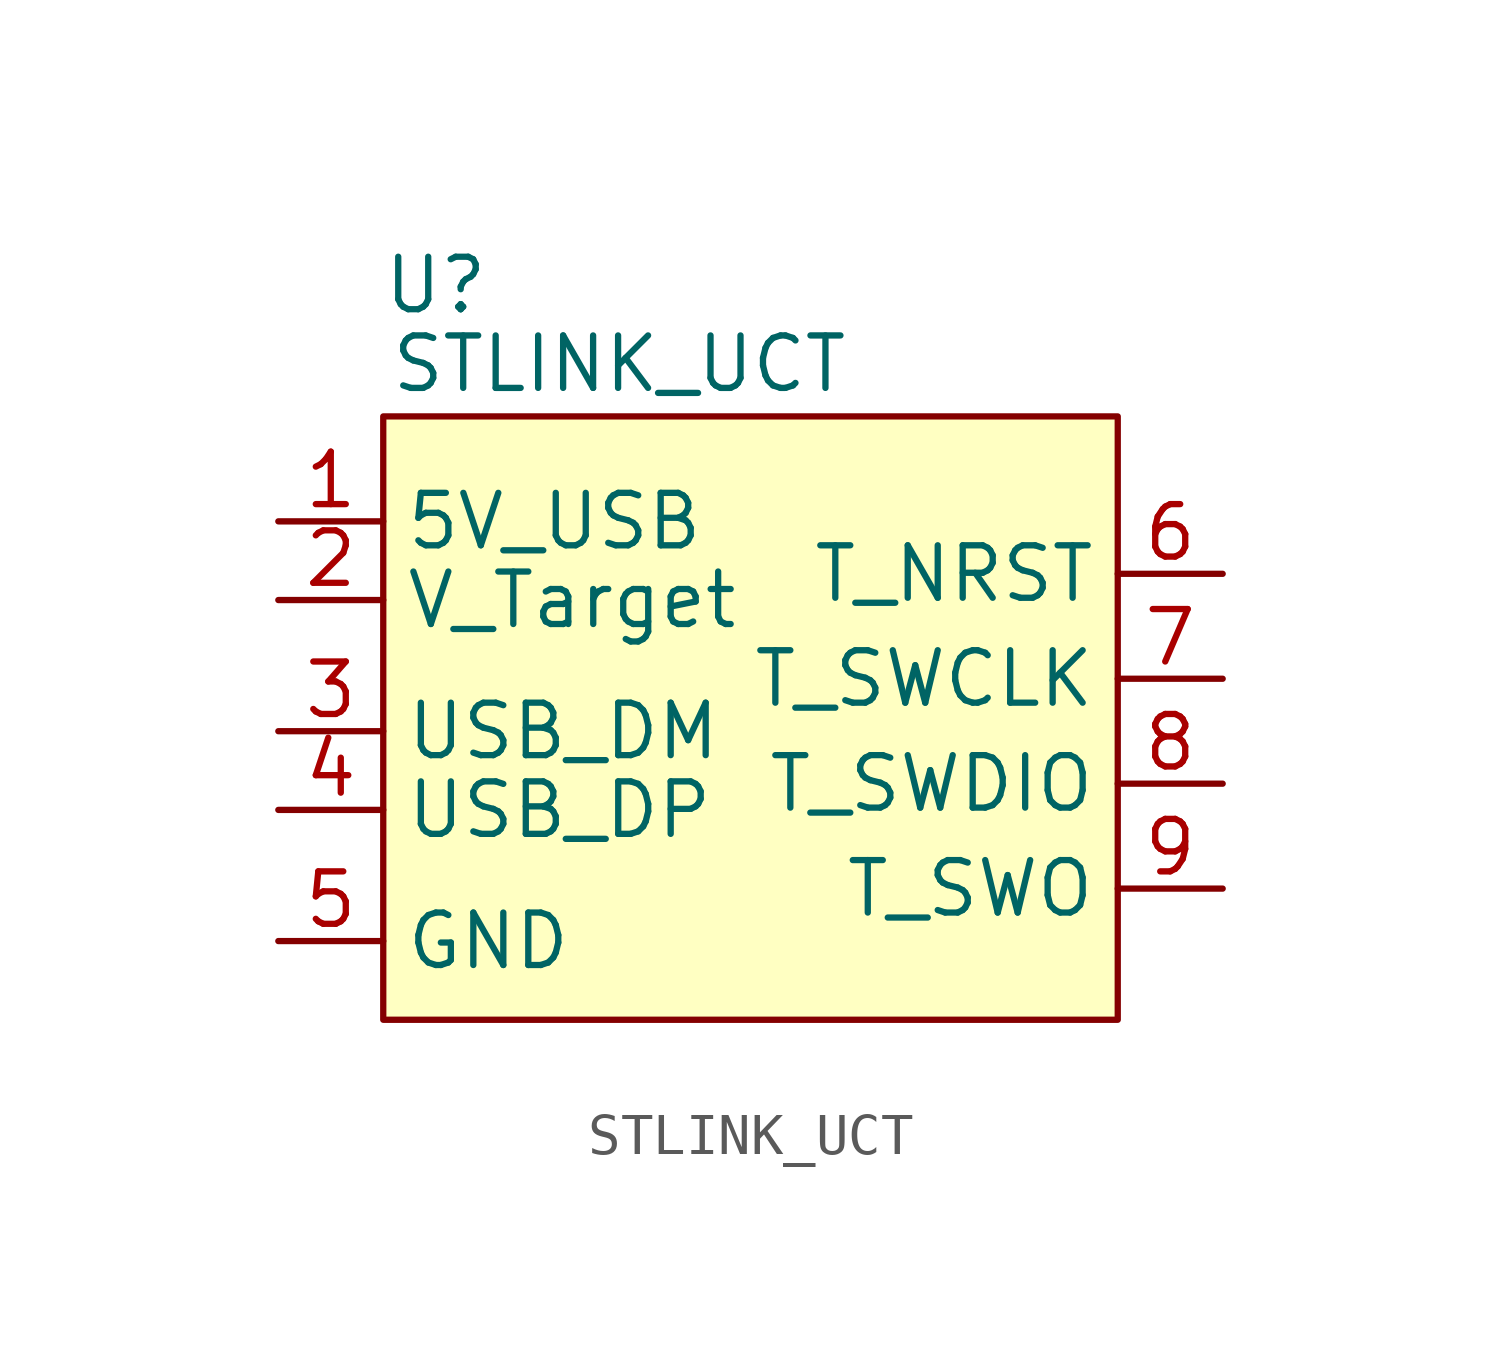
<source format=kicad_sym>
(kicad_symbol_lib
  (version 20220914)
  (generator kicad_symbol_editor)
  (symbol "STLINK_UCT"
    (property "Reference" "U"
      (at -5.08 9.525 0)
      (effects (font (size 1.27 1.27))))
    (property "Value" "STLINK_UCT"
      (at -0.635 7.62 0)
      (effects (font (size 1.27 1.27))))
    (symbol "STLINK_UCT_0_1"
      (rectangle (start -6.35 6.35) (end 11.43 -8.255) (stroke (width 0.152) (type default)) (fill (type background))))
    (symbol "STLINK_UCT_1_1"
      (pin power_in line (at -8.89 3.81 0) (length 2.54) (name "5V_USB" (effects (font (size 1.27 1.27)))) (number "1" (effects (font (size 1.27 1.27)))))
      (pin power_in line (at -8.89 1.905 0) (length 2.54) (name "V_Target" (effects (font (size 1.27 1.27)))) (number "2" (effects (font (size 1.27 1.27)))))
      (pin bidirectional line (at -8.89 -1.27 0) (length 2.54) (name "USB_DM" (effects (font (size 1.27 1.27)))) (number "3" (effects (font (size 1.27 1.27)))))
      (pin bidirectional line (at -8.89 -3.175 0) (length 2.54) (name "USB_DP" (effects (font (size 1.27 1.27)))) (number "4" (effects (font (size 1.27 1.27)))))
      (pin power_in line (at -8.89 -6.35 0) (length 2.54) (name "GND" (effects (font (size 1.27 1.27)))) (number "5" (effects (font (size 1.27 1.27)))))
      (pin bidirectional line (at 13.97 2.54 180) (length 2.54) (name "T_NRST" (effects (font (size 1.27 1.27)))) (number "6" (effects (font (size 1.27 1.27)))))
      (pin bidirectional line (at 13.97 0 180) (length 2.54) (name "T_SWCLK" (effects (font (size 1.27 1.27)))) (number "7" (effects (font (size 1.27 1.27)))))
      (pin bidirectional line (at 13.97 -2.54 180) (length 2.54) (name "T_SWDIO" (effects (font (size 1.27 1.27)))) (number "8" (effects (font (size 1.27 1.27)))))
      (pin bidirectional line (at 13.97 -5.08 180) (length 2.54) (name "T_SWO" (effects (font (size 1.27 1.27)))) (number "9" (effects (font (size 1.27 1.27))))))))
</source>
